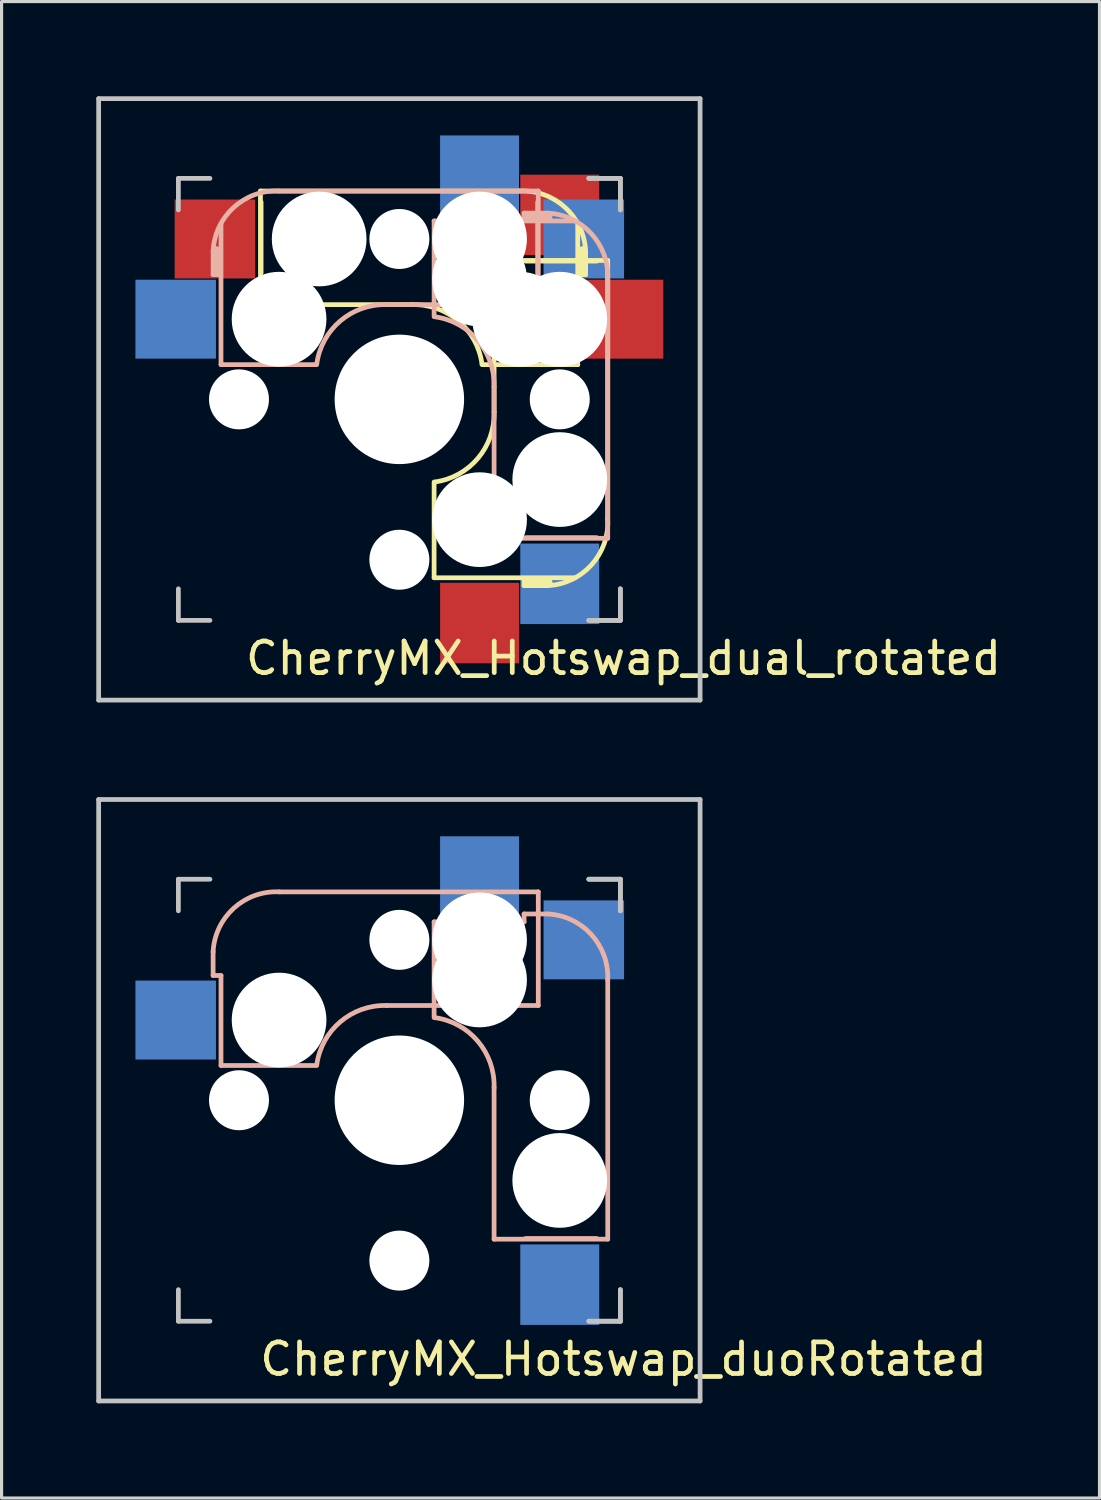
<source format=kicad_pcb>
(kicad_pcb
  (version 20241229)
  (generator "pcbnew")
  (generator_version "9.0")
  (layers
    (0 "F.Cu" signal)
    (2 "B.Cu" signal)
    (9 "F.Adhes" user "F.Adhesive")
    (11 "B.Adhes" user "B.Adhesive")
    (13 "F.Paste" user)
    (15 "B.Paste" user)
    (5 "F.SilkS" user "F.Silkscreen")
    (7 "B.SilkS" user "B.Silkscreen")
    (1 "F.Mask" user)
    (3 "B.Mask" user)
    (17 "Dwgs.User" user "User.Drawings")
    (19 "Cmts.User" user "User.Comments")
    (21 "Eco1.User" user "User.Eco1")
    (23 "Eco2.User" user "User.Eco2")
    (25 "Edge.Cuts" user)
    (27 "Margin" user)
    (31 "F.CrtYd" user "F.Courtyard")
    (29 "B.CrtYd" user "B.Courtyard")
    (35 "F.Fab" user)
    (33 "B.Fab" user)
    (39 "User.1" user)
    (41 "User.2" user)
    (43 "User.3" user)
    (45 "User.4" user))
  (footprint "CherryMX_Hotswap_dual_rotated"
    (layer "F.Cu")
    (at 9.6 9.6)
    (property "Reference" "CherryMX_Hotswap_dual_rotated" (at 7.1 8.2 0) (layer "F.SilkS") (effects (font (size 1 1) (thickness 0.15))))
    (fp_line (start -4.4 -6.6) (end 3.8 -6.6) (stroke (width 0.15) (type solid)) (layer "F.SilkS"))
    (fp_line (start -4.4 -3) (end -4.4 -6.6) (stroke (width 0.15) (type solid)) (layer "F.SilkS"))
    (fp_line (start -4.38 -4) (end -4.38 -6.25) (stroke (width 0.15) (type solid)) (layer "F.SilkS"))
    (fp_line (start 0.4 -3) (end -4.4 -3) (stroke (width 0.15) (type solid)) (layer "F.SilkS"))
    (fp_line (start 1.1 5.65) (end 1.1 2.62) (stroke (width 0.15) (type solid)) (layer "F.SilkS"))
    (fp_line (start 3 -4.4) (end 6.6 -4.4) (stroke (width 0.15) (type solid)) (layer "F.SilkS"))
    (fp_line (start 3 0.4) (end 3 -4.4) (stroke (width 0.15) (type solid)) (layer "F.SilkS"))
    (fp_line (start 3.95 5.9) (end 3.95 5.7) (stroke (width 0.15) (type solid)) (layer "F.SilkS"))
    (fp_line (start 4 -4.38) (end 6.25 -4.38) (stroke (width 0.15) (type solid)) (layer "F.SilkS"))
    (fp_line (start 4.05 5.8) (end 4.7 5.8) (stroke (width 0.3) (type solid)) (layer "F.SilkS"))
    (fp_line (start 4.7 5.9) (end 3.95 5.9) (stroke (width 0.15) (type solid)) (layer "F.SilkS"))
    (fp_line (start 5.55 5.65) (end 1.1 5.65) (stroke (width 0.15) (type solid)) (layer "F.SilkS"))
    (fp_line (start 5.65 -5.55) (end 5.65 -1.1) (stroke (width 0.15) (type solid)) (layer "F.SilkS"))
    (fp_line (start 5.65 -1.1) (end 2.62 -1.1) (stroke (width 0.15) (type solid)) (layer "F.SilkS"))
    (fp_line (start 5.8 -4.05) (end 5.8 -4.7) (stroke (width 0.3) (type solid)) (layer "F.SilkS"))
    (fp_line (start 5.9 -4.7) (end 5.9 -3.95) (stroke (width 0.15) (type solid)) (layer "F.SilkS"))
    (fp_line (start 5.9 -3.95) (end 5.7 -3.95) (stroke (width 0.15) (type solid)) (layer "F.SilkS"))
    (fp_line (start 6.6 -4.4) (end 6.6 3.8) (stroke (width 0.15) (type solid)) (layer "F.SilkS"))
    (fp_arc (start 0.4 -3) (mid 1.868709 -2.486118) (end 2.616318 -1.121471) (stroke (width 0.15) (type solid)) (layer "F.SilkS"))
    (fp_arc (start 3 0.4) (mid 2.486118 1.868709) (end 1.121471 2.616318) (stroke (width 0.15) (type solid)) (layer "F.SilkS"))
    (fp_arc (start 3.800001 -6.6) (mid 5.243504 -6.084924) (end 5.9 -4.699999) (stroke (width 0.15) (type solid)) (layer "F.SilkS"))
    (fp_arc (start 6.6 3.800001) (mid 6.084924 5.243504) (end 4.699999 5.9) (stroke (width 0.15) (type solid)) (layer "F.SilkS"))
    (fp_line (start -5.9 -4.7) (end -5.9 -3.95) (stroke (width 0.15) (type solid)) (layer "B.SilkS"))
    (fp_line (start -5.9 -3.95) (end -5.7 -3.95) (stroke (width 0.15) (type solid)) (layer "B.SilkS"))
    (fp_line (start -5.8 -4.05) (end -5.8 -4.7) (stroke (width 0.3) (type solid)) (layer "B.SilkS"))
    (fp_line (start -5.65 -5.55) (end -5.65 -1.1) (stroke (width 0.15) (type solid)) (layer "B.SilkS"))
    (fp_line (start -5.65 -1.1) (end -2.62 -1.1) (stroke (width 0.15) (type solid)) (layer "B.SilkS"))
    (fp_line (start -0.4 -3) (end 4.4 -3) (stroke (width 0.15) (type solid)) (layer "B.SilkS"))
    (fp_line (start 1.1 -5.65) (end 1.1 -2.62) (stroke (width 0.15) (type solid)) (layer "B.SilkS"))
    (fp_line (start 3 -0.4) (end 3 4.4) (stroke (width 0.15) (type solid)) (layer "B.SilkS"))
    (fp_line (start 3 4.4) (end 6.6 4.4) (stroke (width 0.15) (type solid)) (layer "B.SilkS"))
    (fp_line (start 3.25 4.2) (end 3.3 2.9) (stroke (width 0.5) (type solid)) (layer "B.SilkS"))
    (fp_line (start 3.95 -5.9) (end 3.95 -5.7) (stroke (width 0.15) (type solid)) (layer "B.SilkS"))
    (fp_line (start 4 4.38) (end 6.25 4.38) (stroke (width 0.15) (type solid)) (layer "B.SilkS"))
    (fp_line (start 4.05 -5.8) (end 4.7 -5.8) (stroke (width 0.3) (type solid)) (layer "B.SilkS"))
    (fp_line (start 4.2 -3.25) (end 2.9 -3.3) (stroke (width 0.5) (type solid)) (layer "B.SilkS"))
    (fp_line (start 4.38 -4) (end 4.38 -6.25) (stroke (width 0.15) (type solid)) (layer "B.SilkS"))
    (fp_line (start 4.4 -6.6) (end -3.8 -6.6) (stroke (width 0.15) (type solid)) (layer "B.SilkS"))
    (fp_line (start 4.4 -3) (end 4.4 -6.6) (stroke (width 0.15) (type solid)) (layer "B.SilkS"))
    (fp_line (start 4.7 -5.9) (end 3.95 -5.9) (stroke (width 0.15) (type solid)) (layer "B.SilkS"))
    (fp_line (start 5.55 -5.65) (end 1.1 -5.65) (stroke (width 0.15) (type solid)) (layer "B.SilkS"))
    (fp_line (start 6.6 4.4) (end 6.6 -3.8) (stroke (width 0.15) (type solid)) (layer "B.SilkS"))
    (fp_arc (start -5.9 -4.699999) (mid -5.243504 -6.084924) (end -3.800001 -6.6) (stroke (width 0.15) (type solid)) (layer "B.SilkS"))
    (fp_arc (start -2.616318 -1.121471) (mid -1.868709 -2.486118) (end -0.4 -3) (stroke (width 0.15) (type solid)) (layer "B.SilkS"))
    (fp_arc (start 1.121471 -2.616318) (mid 2.486118 -1.868709) (end 3 -0.4) (stroke (width 0.15) (type solid)) (layer "B.SilkS"))
    (fp_arc (start 4.699999 -5.9) (mid 6.084924 -5.243504) (end 6.6 -3.800001) (stroke (width 0.15) (type solid)) (layer "B.SilkS"))
    (fp_line (start -9.525 -9.525) (end 9.525 -9.525) (stroke (width 0.15) (type solid)) (layer "Dwgs.User"))
    (fp_line (start -9.525 9.525) (end -9.525 -9.525) (stroke (width 0.15) (type solid)) (layer "Dwgs.User"))
    (fp_line (start -7 -7) (end -6 -7) (stroke (width 0.15) (type solid)) (layer "Dwgs.User"))
    (fp_line (start -7 -6) (end -7 -7) (stroke (width 0.15) (type solid)) (layer "Dwgs.User"))
    (fp_line (start -7 6) (end -7 7) (stroke (width 0.15) (type solid)) (layer "Dwgs.User"))
    (fp_line (start -7 7) (end -6 7) (stroke (width 0.15) (type solid)) (layer "Dwgs.User"))
    (fp_line (start 6 -7) (end 7 -7) (stroke (width 0.15) (type solid)) (layer "Dwgs.User"))
    (fp_line (start 6 7) (end 7 7) (stroke (width 0.15) (type solid)) (layer "Dwgs.User"))
    (fp_line (start 7 -7) (end 6 -7) (stroke (width 0.15) (type solid)) (layer "Dwgs.User"))
    (fp_line (start 7 -7) (end 7 -6) (stroke (width 0.15) (type solid)) (layer "Dwgs.User"))
    (fp_line (start 7 -7) (end 7 -6) (stroke (width 0.15) (type solid)) (layer "Dwgs.User"))
    (fp_line (start 7 7) (end 6 7) (stroke (width 0.15) (type solid)) (layer "Dwgs.User"))
    (fp_line (start 7 7) (end 7 6) (stroke (width 0.15) (type solid)) (layer "Dwgs.User"))
    (fp_line (start 7 7) (end 7 6) (stroke (width 0.15) (type solid)) (layer "Dwgs.User"))
    (fp_line (start 9.525 -9.525) (end 9.525 9.525) (stroke (width 0.15) (type solid)) (layer "Dwgs.User"))
    (fp_line (start 9.525 9.525) (end -9.525 9.525) (stroke (width 0.15) (type solid)) (layer "Dwgs.User"))
    (pad "" np_thru_hole circle (at -5.08 0) (size 1.9 1.9) (drill 1.9) (layers "*.Cu" "*.Mask"))
    (pad "" np_thru_hole circle (at -3.81 -2.54) (size 3 3) (drill 3) (layers "*.Cu" "*.Mask"))
    (pad "" np_thru_hole circle (at -2.54 -5.08) (size 3 3) (drill 3) (layers "*.Cu" "*.Mask"))
    (pad "" np_thru_hole circle (at 0 -5.08 270) (size 1.9 1.9) (drill 1.9) (layers "*.Cu" "*.Mask"))
    (pad "" np_thru_hole circle (at 0 0) (size 4.1 4.1) (drill 4.1) (layers "*.Cu" "*.Mask"))
    (pad "" np_thru_hole circle (at 0 5.08 270) (size 1.9 1.9) (drill 1.9) (layers "*.Cu" "*.Mask"))
    (pad "" np_thru_hole circle (at 2.54 -5.08) (size 3 3) (drill 3) (layers "*.Cu" "*.Mask"))
    (pad "" np_thru_hole circle (at 2.54 -3.81 270) (size 3 3) (drill 3) (layers "*.Cu" "*.Mask"))
    (pad "" np_thru_hole circle (at 2.54 3.81 270) (size 3 3) (drill 3) (layers "*.Cu" "*.Mask"))
    (pad "" np_thru_hole circle (at 3.81 -2.54) (size 3 3) (drill 3) (layers "*.Cu" "*.Mask"))
    (pad "" np_thru_hole circle (at 5.08 -2.54 270) (size 3 3) (drill 3) (layers "*.Cu" "*.Mask"))
    (pad "" np_thru_hole circle (at 5.08 0) (size 1.9 1.9) (drill 1.9) (layers "*.Cu" "*.Mask"))
    (pad "" np_thru_hole circle (at 5.08 2.54 270) (size 3 3) (drill 3) (layers "*.Cu" "*.Mask"))
    (pad "1" smd rect (at -7.085 -2.54 180) (size 2.55 2.5) (layers "B.Cu" "B.Mask" "B.Paste"))
    (pad "1" smd rect (at 2.54 -7.085 90) (size 2.55 2.5) (layers "B.Cu" "B.Mask" "B.Paste"))
    (pad "1" smd rect (at 2.54 7.085 90) (size 2.55 2.5) (layers "F.Cu" "F.Mask" "F.Paste"))
    (pad "1" smd rect (at 7.085 -2.54 180) (size 2.55 2.5) (layers "F.Cu" "F.Mask" "F.Paste"))
    (pad "2" smd rect (at -5.842 -5.08 180) (size 2.55 2.5) (layers "F.Cu" "F.Mask" "F.Paste"))
    (pad "2" smd rect (at 5.08 -5.842 90) (size 2.55 2.5) (layers "F.Cu" "F.Mask" "F.Paste"))
    (pad "2" smd rect (at 5.08 5.842 90) (size 2.55 2.5) (layers "B.Cu" "B.Mask" "B.Paste"))
    (pad "2" smd rect (at 5.842 -5.08 180) (size 2.55 2.5) (layers "B.Cu" "B.Mask" "B.Paste")))
  (footprint "CherryMX_Hotswap_duoRotated"
    (layer "F.Cu")
    (at 9.6 31.8)
    (property "Reference" "CherryMX_Hotswap_duoRotated" (at 7.1 8.2 0) (layer "F.SilkS") (effects (font (size 1 1) (thickness 0.15))))
    (fp_line (start -5.9 -4.7) (end -5.9 -3.95) (stroke (width 0.15) (type solid)) (layer "B.SilkS"))
    (fp_line (start -5.9 -3.95) (end -5.65 -3.95) (stroke (width 0.15) (type solid)) (layer "B.SilkS"))
    (fp_line (start -5.65 -3.95) (end -5.65 -1.1) (stroke (width 0.15) (type solid)) (layer "B.SilkS"))
    (fp_line (start -5.65 -1.1) (end -2.62 -1.1) (stroke (width 0.15) (type solid)) (layer "B.SilkS"))
    (fp_line (start -0.4 -3) (end 4.4 -3) (stroke (width 0.15) (type solid)) (layer "B.SilkS"))
    (fp_line (start 1.1 -5.65) (end 1.1 -2.62) (stroke (width 0.15) (type solid)) (layer "B.SilkS"))
    (fp_line (start 3 -0.4) (end 3 4.4) (stroke (width 0.15) (type solid)) (layer "B.SilkS"))
    (fp_line (start 3 4.4) (end 6.6 4.4) (stroke (width 0.15) (type solid)) (layer "B.SilkS"))
    (fp_line (start 3.95 -5.9) (end 3.95 -5.65) (stroke (width 0.15) (type solid)) (layer "B.SilkS"))
    (fp_line (start 3.95 -5.65) (end 1.1 -5.65) (stroke (width 0.15) (type solid)) (layer "B.SilkS"))
    (fp_line (start 4 4.38) (end 6.25 4.38) (stroke (width 0.15) (type solid)) (layer "B.SilkS"))
    (fp_line (start 4.4 -6.6) (end -3.8 -6.6) (stroke (width 0.15) (type solid)) (layer "B.SilkS"))
    (fp_line (start 4.4 -3) (end 4.4 -6.6) (stroke (width 0.15) (type solid)) (layer "B.SilkS"))
    (fp_line (start 4.7 -5.9) (end 3.95 -5.9) (stroke (width 0.15) (type solid)) (layer "B.SilkS"))
    (fp_line (start 6.6 4.4) (end 6.6 -3.8) (stroke (width 0.15) (type solid)) (layer "B.SilkS"))
    (fp_arc (start -5.9 -4.699999) (mid -5.243504 -6.084924) (end -3.800001 -6.6) (stroke (width 0.15) (type solid)) (layer "B.SilkS"))
    (fp_arc (start -2.616318 -1.121471) (mid -1.868709 -2.486118) (end -0.4 -3) (stroke (width 0.15) (type solid)) (layer "B.SilkS"))
    (fp_arc (start 1.121471 -2.616318) (mid 2.486118 -1.868709) (end 3 -0.4) (stroke (width 0.15) (type solid)) (layer "B.SilkS"))
    (fp_arc (start 4.699999 -5.9) (mid 6.084924 -5.243504) (end 6.6 -3.800001) (stroke (width 0.15) (type solid)) (layer "B.SilkS"))
    (fp_line (start -9.525 -9.525) (end 9.525 -9.525) (stroke (width 0.15) (type solid)) (layer "Dwgs.User"))
    (fp_line (start -9.525 9.525) (end -9.525 -9.525) (stroke (width 0.15) (type solid)) (layer "Dwgs.User"))
    (fp_line (start -7 -7) (end -6 -7) (stroke (width 0.15) (type solid)) (layer "Dwgs.User"))
    (fp_line (start -7 -6) (end -7 -7) (stroke (width 0.15) (type solid)) (layer "Dwgs.User"))
    (fp_line (start -7 6) (end -7 7) (stroke (width 0.15) (type solid)) (layer "Dwgs.User"))
    (fp_line (start -7 7) (end -6 7) (stroke (width 0.15) (type solid)) (layer "Dwgs.User"))
    (fp_line (start 6 -7) (end 7 -7) (stroke (width 0.15) (type solid)) (layer "Dwgs.User"))
    (fp_line (start 6 7) (end 7 7) (stroke (width 0.15) (type solid)) (layer "Dwgs.User"))
    (fp_line (start 7 -7) (end 6 -7) (stroke (width 0.15) (type solid)) (layer "Dwgs.User"))
    (fp_line (start 7 -7) (end 7 -6) (stroke (width 0.15) (type solid)) (layer "Dwgs.User"))
    (fp_line (start 7 -7) (end 7 -6) (stroke (width 0.15) (type solid)) (layer "Dwgs.User"))
    (fp_line (start 7 7) (end 6 7) (stroke (width 0.15) (type solid)) (layer "Dwgs.User"))
    (fp_line (start 7 7) (end 7 6) (stroke (width 0.15) (type solid)) (layer "Dwgs.User"))
    (fp_line (start 7 7) (end 7 6) (stroke (width 0.15) (type solid)) (layer "Dwgs.User"))
    (fp_line (start 9.525 -9.525) (end 9.525 9.525) (stroke (width 0.15) (type solid)) (layer "Dwgs.User"))
    (fp_line (start 9.525 9.525) (end -9.525 9.525) (stroke (width 0.15) (type solid)) (layer "Dwgs.User"))
    (pad "" np_thru_hole circle (at -5.08 0) (size 1.9 1.9) (drill 1.9) (layers "*.Cu" "*.Mask"))
    (pad "" np_thru_hole circle (at -3.81 -2.54) (size 3 3) (drill 3) (layers "*.Cu" "*.Mask"))
    (pad "" np_thru_hole circle (at 0 -5.08 270) (size 1.9 1.9) (drill 1.9) (layers "*.Cu" "*.Mask"))
    (pad "" np_thru_hole circle (at 0 0 90) (size 4.1 4.1) (drill 4.1) (layers "*.Cu" "*.Mask"))
    (pad "" np_thru_hole circle (at 0 5.08 270) (size 1.9 1.9) (drill 1.9) (layers "*.Cu" "*.Mask"))
    (pad "" np_thru_hole circle (at 2.54 -5.08) (size 3 3) (drill 3) (layers "*.Cu" "*.Mask"))
    (pad "" np_thru_hole circle (at 2.54 -3.81 270) (size 3 3) (drill 3) (layers "*.Cu" "*.Mask"))
    (pad "" np_thru_hole circle (at 5.08 0) (size 1.9 1.9) (drill 1.9) (layers "*.Cu" "*.Mask"))
    (pad "" np_thru_hole circle (at 5.08 2.54 270) (size 3 3) (drill 3) (layers "*.Cu" "*.Mask"))
    (pad "1" smd rect (at -7.085 -2.54 180) (size 2.55 2.5) (layers "B.Cu" "B.Mask" "B.Paste"))
    (pad "1" smd rect (at 2.54 -7.085 90) (size 2.55 2.5) (layers "B.Cu" "B.Mask" "B.Paste"))
    (pad "2" smd rect (at 5.08 5.842 90) (size 2.55 2.5) (layers "B.Cu" "B.Mask" "B.Paste"))
    (pad "2" smd rect (at 5.842 -5.08 180) (size 2.55 2.5) (layers "B.Cu" "B.Mask" "B.Paste")))
  (gr_rect
    (start -3 -3)
    (end 31.777 44.4)
    (stroke (width 0.1) (type default))
    (fill no)
    (layer "Edge.Cuts")))
</source>
